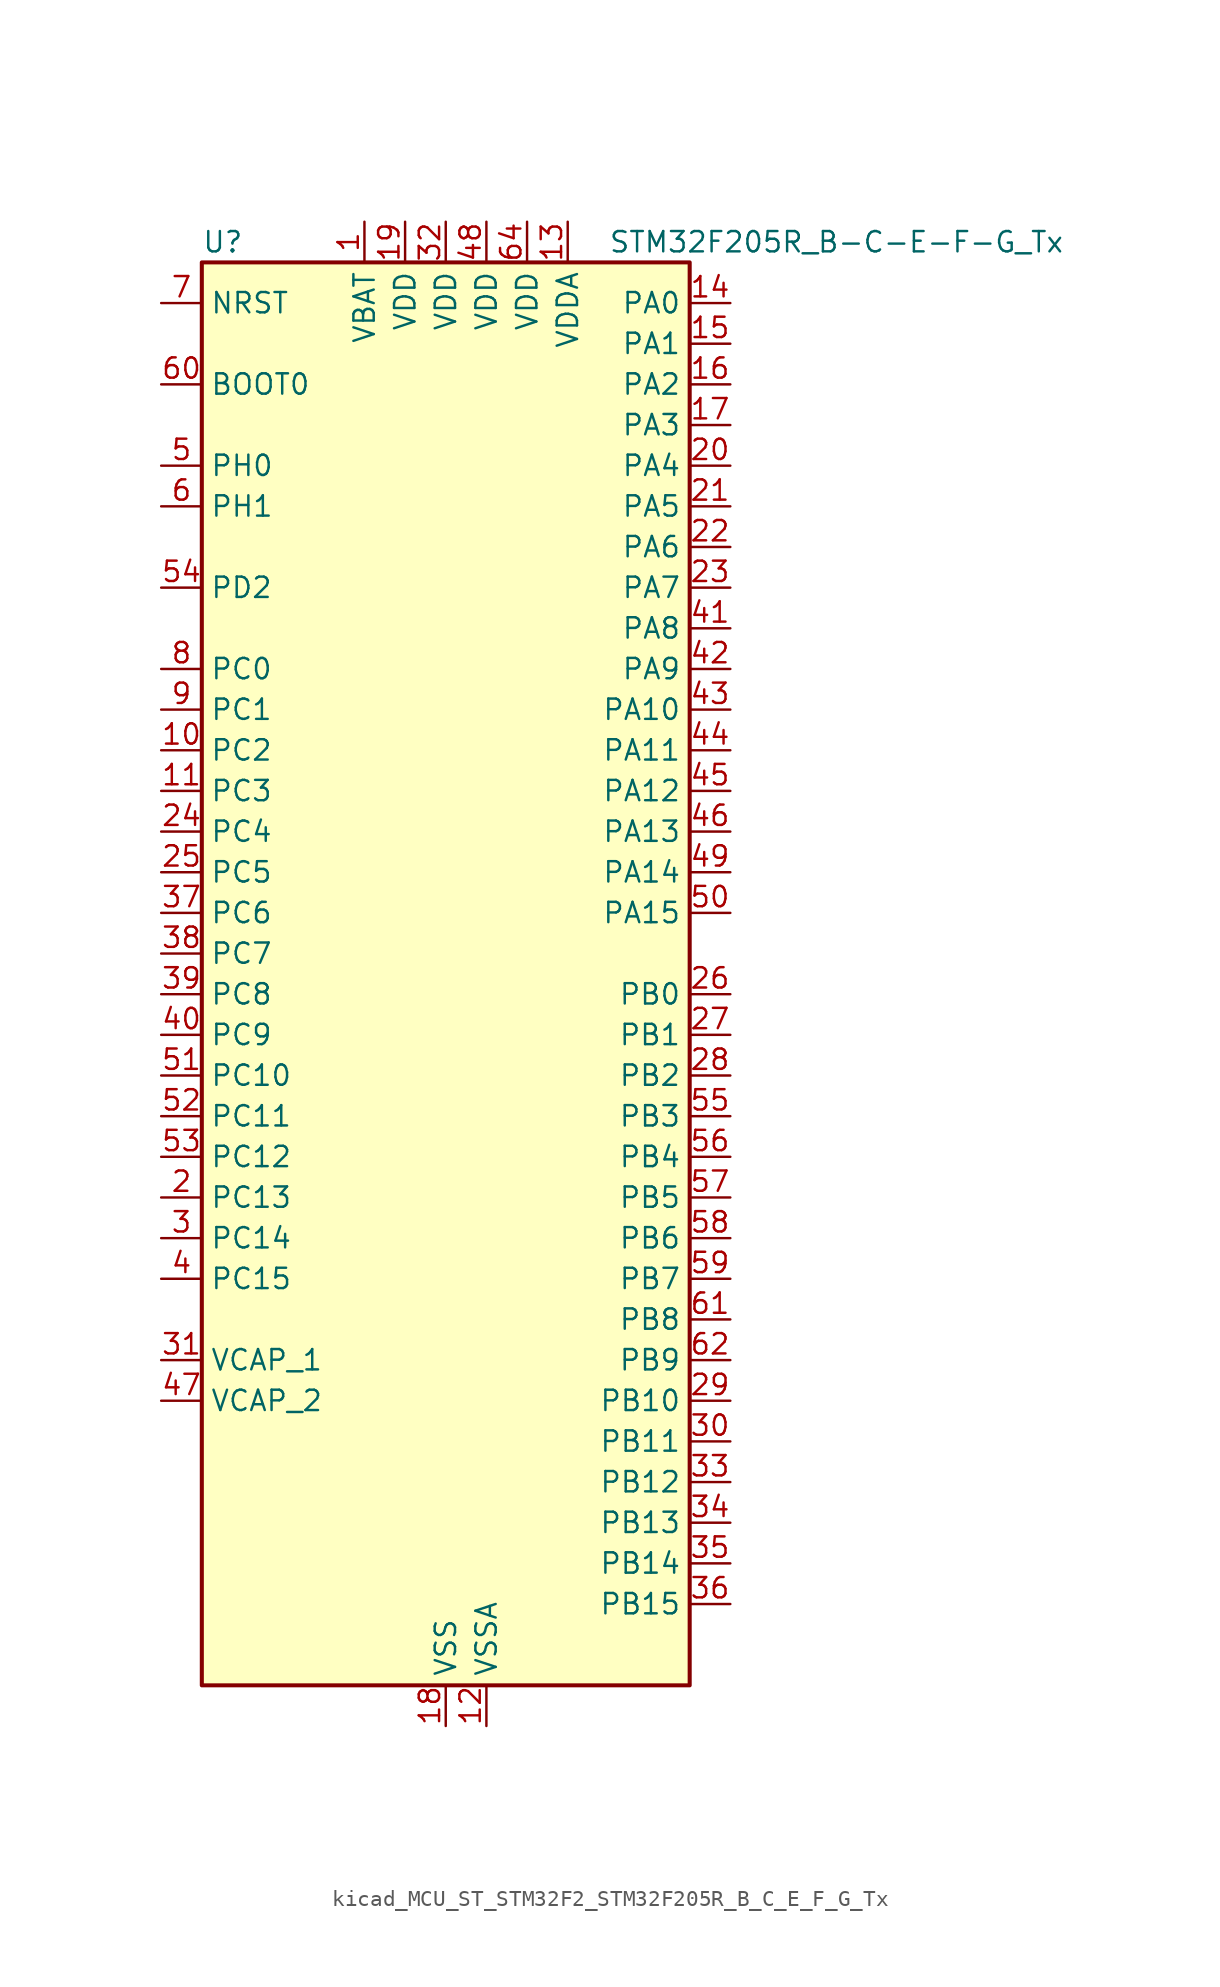
<source format=kicad_sym>
(kicad_symbol_lib
  (version 20220914)
  (generator kicad_symbol_editor)
  (symbol "kicad_MCU_ST_STM32F2_STM32F205R_B_C_E_F_G_Tx"
    (property "Reference" "U"
      (at -15.24 46.99 0)
      (effects (font (size 1.27 1.27)) (justify left)))
    (property "Value" "STM32F205R_B-C-E-F-G_Tx"
      (at 10.16 46.99 0)
      (effects (font (size 1.27 1.27)) (justify left)))
    (property "ki_locked" ""
      (at 0 0 0)
      (effects (font (size 1.27 1.27))))
    (symbol "kicad_MCU_ST_STM32F2_STM32F205R_B_C_E_F_G_Tx_0_1"
      (rectangle (start -15.24 -43.18) (end 15.24 45.72) (stroke (width 0.254) (type default)) (fill (type background))))
    (symbol "kicad_MCU_ST_STM32F2_STM32F205R_B_C_E_F_G_Tx_1_1"
      (pin power_in line (at -5.08 48.26 270) (length 2.54) (name "VBAT" (effects (font (size 1.27 1.27)))) (number "1" (effects (font (size 1.27 1.27)))))
      (pin bidirectional line (at -17.78 15.24 0) (length 2.54) (name "PC2" (effects (font (size 1.27 1.27)))) (number "10" (effects (font (size 1.27 1.27)))) (alternate "ADC1_IN12" bidirectional line) (alternate "ADC2_IN12" bidirectional line) (alternate "ADC3_IN12" bidirectional line) (alternate "SPI2_MISO" bidirectional line) (alternate "USB_OTG_HS_ULPI_DIR" bidirectional line))
      (pin bidirectional line (at -17.78 12.7 0) (length 2.54) (name "PC3" (effects (font (size 1.27 1.27)))) (number "11" (effects (font (size 1.27 1.27)))) (alternate "ADC1_IN13" bidirectional line) (alternate "ADC2_IN13" bidirectional line) (alternate "ADC3_IN13" bidirectional line) (alternate "I2S2_SD" bidirectional line) (alternate "SPI2_MOSI" bidirectional line) (alternate "USB_OTG_HS_ULPI_NXT" bidirectional line))
      (pin power_in line (at 2.54 -45.72 90) (length 2.54) (name "VSSA" (effects (font (size 1.27 1.27)))) (number "12" (effects (font (size 1.27 1.27)))))
      (pin power_in line (at 7.62 48.26 270) (length 2.54) (name "VDDA" (effects (font (size 1.27 1.27)))) (number "13" (effects (font (size 1.27 1.27)))))
      (pin bidirectional line (at 17.78 43.18 180) (length 2.54) (name "PA0" (effects (font (size 1.27 1.27)))) (number "14" (effects (font (size 1.27 1.27)))) (alternate "ADC1_IN0" bidirectional line) (alternate "ADC2_IN0" bidirectional line) (alternate "ADC3_IN0" bidirectional line) (alternate "SYS_WKUP" bidirectional line) (alternate "TIM2_CH1" bidirectional line) (alternate "TIM2_ETR" bidirectional line) (alternate "TIM5_CH1" bidirectional line) (alternate "TIM8_ETR" bidirectional line) (alternate "UART4_TX" bidirectional line) (alternate "USART2_CTS" bidirectional line))
      (pin bidirectional line (at 17.78 40.64 180) (length 2.54) (name "PA1" (effects (font (size 1.27 1.27)))) (number "15" (effects (font (size 1.27 1.27)))) (alternate "ADC1_IN1" bidirectional line) (alternate "ADC2_IN1" bidirectional line) (alternate "ADC3_IN1" bidirectional line) (alternate "TIM2_CH2" bidirectional line) (alternate "TIM5_CH2" bidirectional line) (alternate "UART4_RX" bidirectional line) (alternate "USART2_RTS" bidirectional line))
      (pin bidirectional line (at 17.78 38.1 180) (length 2.54) (name "PA2" (effects (font (size 1.27 1.27)))) (number "16" (effects (font (size 1.27 1.27)))) (alternate "ADC1_IN2" bidirectional line) (alternate "ADC2_IN2" bidirectional line) (alternate "ADC3_IN2" bidirectional line) (alternate "TIM2_CH3" bidirectional line) (alternate "TIM5_CH3" bidirectional line) (alternate "TIM9_CH1" bidirectional line) (alternate "USART2_TX" bidirectional line))
      (pin bidirectional line (at 17.78 35.56 180) (length 2.54) (name "PA3" (effects (font (size 1.27 1.27)))) (number "17" (effects (font (size 1.27 1.27)))) (alternate "ADC1_IN3" bidirectional line) (alternate "ADC2_IN3" bidirectional line) (alternate "ADC3_IN3" bidirectional line) (alternate "TIM2_CH4" bidirectional line) (alternate "TIM5_CH4" bidirectional line) (alternate "TIM9_CH2" bidirectional line) (alternate "USART2_RX" bidirectional line) (alternate "USB_OTG_HS_ULPI_D0" bidirectional line))
      (pin power_in line (at 0 -45.72 90) (length 2.54) (name "VSS" (effects (font (size 1.27 1.27)))) (number "18" (effects (font (size 1.27 1.27)))))
      (pin power_in line (at -2.54 48.26 270) (length 2.54) (name "VDD" (effects (font (size 1.27 1.27)))) (number "19" (effects (font (size 1.27 1.27)))))
      (pin bidirectional line (at -17.78 -12.7 0) (length 2.54) (name "PC13" (effects (font (size 1.27 1.27)))) (number "2" (effects (font (size 1.27 1.27)))) (alternate "RTC_AF1" bidirectional line))
      (pin bidirectional line (at 17.78 33.02 180) (length 2.54) (name "PA4" (effects (font (size 1.27 1.27)))) (number "20" (effects (font (size 1.27 1.27)))) (alternate "ADC1_IN4" bidirectional line) (alternate "ADC2_IN4" bidirectional line) (alternate "DAC_OUT1" bidirectional line) (alternate "I2S3_WS" bidirectional line) (alternate "SPI1_NSS" bidirectional line) (alternate "SPI3_NSS" bidirectional line) (alternate "USART2_CK" bidirectional line) (alternate "USB_OTG_HS_SOF" bidirectional line))
      (pin bidirectional line (at 17.78 30.48 180) (length 2.54) (name "PA5" (effects (font (size 1.27 1.27)))) (number "21" (effects (font (size 1.27 1.27)))) (alternate "ADC1_IN5" bidirectional line) (alternate "ADC2_IN5" bidirectional line) (alternate "DAC_OUT2" bidirectional line) (alternate "SPI1_SCK" bidirectional line) (alternate "TIM2_CH1" bidirectional line) (alternate "TIM2_ETR" bidirectional line) (alternate "TIM8_CH1N" bidirectional line) (alternate "USB_OTG_HS_ULPI_CK" bidirectional line))
      (pin bidirectional line (at 17.78 27.94 180) (length 2.54) (name "PA6" (effects (font (size 1.27 1.27)))) (number "22" (effects (font (size 1.27 1.27)))) (alternate "ADC1_IN6" bidirectional line) (alternate "ADC2_IN6" bidirectional line) (alternate "SPI1_MISO" bidirectional line) (alternate "TIM13_CH1" bidirectional line) (alternate "TIM1_BKIN" bidirectional line) (alternate "TIM3_CH1" bidirectional line) (alternate "TIM8_BKIN" bidirectional line))
      (pin bidirectional line (at 17.78 25.4 180) (length 2.54) (name "PA7" (effects (font (size 1.27 1.27)))) (number "23" (effects (font (size 1.27 1.27)))) (alternate "ADC1_IN7" bidirectional line) (alternate "ADC2_IN7" bidirectional line) (alternate "SPI1_MOSI" bidirectional line) (alternate "TIM14_CH1" bidirectional line) (alternate "TIM1_CH1N" bidirectional line) (alternate "TIM3_CH2" bidirectional line) (alternate "TIM8_CH1N" bidirectional line))
      (pin bidirectional line (at -17.78 10.16 0) (length 2.54) (name "PC4" (effects (font (size 1.27 1.27)))) (number "24" (effects (font (size 1.27 1.27)))) (alternate "ADC1_IN14" bidirectional line) (alternate "ADC2_IN14" bidirectional line))
      (pin bidirectional line (at -17.78 7.62 0) (length 2.54) (name "PC5" (effects (font (size 1.27 1.27)))) (number "25" (effects (font (size 1.27 1.27)))) (alternate "ADC1_IN15" bidirectional line) (alternate "ADC2_IN15" bidirectional line))
      (pin bidirectional line (at 17.78 0 180) (length 2.54) (name "PB0" (effects (font (size 1.27 1.27)))) (number "26" (effects (font (size 1.27 1.27)))) (alternate "ADC1_IN8" bidirectional line) (alternate "ADC2_IN8" bidirectional line) (alternate "TIM1_CH2N" bidirectional line) (alternate "TIM3_CH3" bidirectional line) (alternate "TIM8_CH2N" bidirectional line) (alternate "USB_OTG_HS_ULPI_D1" bidirectional line))
      (pin bidirectional line (at 17.78 -2.54 180) (length 2.54) (name "PB1" (effects (font (size 1.27 1.27)))) (number "27" (effects (font (size 1.27 1.27)))) (alternate "ADC1_IN9" bidirectional line) (alternate "ADC2_IN9" bidirectional line) (alternate "TIM1_CH3N" bidirectional line) (alternate "TIM3_CH4" bidirectional line) (alternate "TIM8_CH3N" bidirectional line) (alternate "USB_OTG_HS_ULPI_D2" bidirectional line))
      (pin bidirectional line (at 17.78 -5.08 180) (length 2.54) (name "PB2" (effects (font (size 1.27 1.27)))) (number "28" (effects (font (size 1.27 1.27)))))
      (pin bidirectional line (at 17.78 -25.4 180) (length 2.54) (name "PB10" (effects (font (size 1.27 1.27)))) (number "29" (effects (font (size 1.27 1.27)))) (alternate "I2C2_SCL" bidirectional line) (alternate "I2S2_SCK" bidirectional line) (alternate "SPI2_SCK" bidirectional line) (alternate "TIM2_CH3" bidirectional line) (alternate "USART3_TX" bidirectional line) (alternate "USB_OTG_HS_ULPI_D3" bidirectional line))
      (pin bidirectional line (at -17.78 -15.24 0) (length 2.54) (name "PC14" (effects (font (size 1.27 1.27)))) (number "3" (effects (font (size 1.27 1.27)))) (alternate "RCC_OSC32_IN" bidirectional line))
      (pin bidirectional line (at 17.78 -27.94 180) (length 2.54) (name "PB11" (effects (font (size 1.27 1.27)))) (number "30" (effects (font (size 1.27 1.27)))) (alternate "ADC1_EXTI11" bidirectional line) (alternate "ADC2_EXTI11" bidirectional line) (alternate "ADC3_EXTI11" bidirectional line) (alternate "I2C2_SDA" bidirectional line) (alternate "TIM2_CH4" bidirectional line) (alternate "USART3_RX" bidirectional line) (alternate "USB_OTG_HS_ULPI_D4" bidirectional line))
      (pin power_out line (at -17.78 -22.86 0) (length 2.54) (name "VCAP_1" (effects (font (size 1.27 1.27)))) (number "31" (effects (font (size 1.27 1.27)))))
      (pin power_in line (at 0 48.26 270) (length 2.54) (name "VDD" (effects (font (size 1.27 1.27)))) (number "32" (effects (font (size 1.27 1.27)))))
      (pin bidirectional line (at 17.78 -30.48 180) (length 2.54) (name "PB12" (effects (font (size 1.27 1.27)))) (number "33" (effects (font (size 1.27 1.27)))) (alternate "CAN2_RX" bidirectional line) (alternate "I2C2_SMBA" bidirectional line) (alternate "I2S2_WS" bidirectional line) (alternate "SPI2_NSS" bidirectional line) (alternate "TIM1_BKIN" bidirectional line) (alternate "USART3_CK" bidirectional line) (alternate "USB_OTG_HS_ID" bidirectional line) (alternate "USB_OTG_HS_ULPI_D5" bidirectional line))
      (pin bidirectional line (at 17.78 -33.02 180) (length 2.54) (name "PB13" (effects (font (size 1.27 1.27)))) (number "34" (effects (font (size 1.27 1.27)))) (alternate "CAN2_TX" bidirectional line) (alternate "I2S2_SCK" bidirectional line) (alternate "SPI2_SCK" bidirectional line) (alternate "TIM1_CH1N" bidirectional line) (alternate "USART3_CTS" bidirectional line) (alternate "USB_OTG_HS_ULPI_D6" bidirectional line) (alternate "USB_OTG_HS_VBUS" bidirectional line))
      (pin bidirectional line (at 17.78 -35.56 180) (length 2.54) (name "PB14" (effects (font (size 1.27 1.27)))) (number "35" (effects (font (size 1.27 1.27)))) (alternate "SPI2_MISO" bidirectional line) (alternate "TIM12_CH1" bidirectional line) (alternate "TIM1_CH2N" bidirectional line) (alternate "TIM8_CH2N" bidirectional line) (alternate "USART3_RTS" bidirectional line) (alternate "USB_OTG_HS_DM" bidirectional line))
      (pin bidirectional line (at 17.78 -38.1 180) (length 2.54) (name "PB15" (effects (font (size 1.27 1.27)))) (number "36" (effects (font (size 1.27 1.27)))) (alternate "ADC1_EXTI15" bidirectional line) (alternate "ADC2_EXTI15" bidirectional line) (alternate "ADC3_EXTI15" bidirectional line) (alternate "I2S2_SD" bidirectional line) (alternate "RTC_REFIN" bidirectional line) (alternate "SPI2_MOSI" bidirectional line) (alternate "TIM12_CH2" bidirectional line) (alternate "TIM1_CH3N" bidirectional line) (alternate "TIM8_CH3N" bidirectional line) (alternate "USB_OTG_HS_DP" bidirectional line))
      (pin bidirectional line (at -17.78 5.08 0) (length 2.54) (name "PC6" (effects (font (size 1.27 1.27)))) (number "37" (effects (font (size 1.27 1.27)))) (alternate "I2S2_MCK" bidirectional line) (alternate "SDIO_D6" bidirectional line) (alternate "TIM3_CH1" bidirectional line) (alternate "TIM8_CH1" bidirectional line) (alternate "USART6_TX" bidirectional line))
      (pin bidirectional line (at -17.78 2.54 0) (length 2.54) (name "PC7" (effects (font (size 1.27 1.27)))) (number "38" (effects (font (size 1.27 1.27)))) (alternate "I2S3_MCK" bidirectional line) (alternate "SDIO_D7" bidirectional line) (alternate "TIM3_CH2" bidirectional line) (alternate "TIM8_CH2" bidirectional line) (alternate "USART6_RX" bidirectional line))
      (pin bidirectional line (at -17.78 0 0) (length 2.54) (name "PC8" (effects (font (size 1.27 1.27)))) (number "39" (effects (font (size 1.27 1.27)))) (alternate "SDIO_D0" bidirectional line) (alternate "TIM3_CH3" bidirectional line) (alternate "TIM8_CH3" bidirectional line) (alternate "USART6_CK" bidirectional line))
      (pin bidirectional line (at -17.78 -17.78 0) (length 2.54) (name "PC15" (effects (font (size 1.27 1.27)))) (number "4" (effects (font (size 1.27 1.27)))) (alternate "ADC1_EXTI15" bidirectional line) (alternate "ADC2_EXTI15" bidirectional line) (alternate "ADC3_EXTI15" bidirectional line) (alternate "RCC_OSC32_OUT" bidirectional line))
      (pin bidirectional line (at -17.78 -2.54 0) (length 2.54) (name "PC9" (effects (font (size 1.27 1.27)))) (number "40" (effects (font (size 1.27 1.27)))) (alternate "DAC_EXTI9" bidirectional line) (alternate "I2C3_SDA" bidirectional line) (alternate "I2S_CKIN" bidirectional line) (alternate "RCC_MCO_2" bidirectional line) (alternate "SDIO_D1" bidirectional line) (alternate "TIM3_CH4" bidirectional line) (alternate "TIM8_CH4" bidirectional line))
      (pin bidirectional line (at 17.78 22.86 180) (length 2.54) (name "PA8" (effects (font (size 1.27 1.27)))) (number "41" (effects (font (size 1.27 1.27)))) (alternate "I2C3_SCL" bidirectional line) (alternate "RCC_MCO_1" bidirectional line) (alternate "TIM1_CH1" bidirectional line) (alternate "USART1_CK" bidirectional line) (alternate "USB_OTG_FS_SOF" bidirectional line))
      (pin bidirectional line (at 17.78 20.32 180) (length 2.54) (name "PA9" (effects (font (size 1.27 1.27)))) (number "42" (effects (font (size 1.27 1.27)))) (alternate "DAC_EXTI9" bidirectional line) (alternate "I2C3_SMBA" bidirectional line) (alternate "TIM1_CH2" bidirectional line) (alternate "USART1_TX" bidirectional line) (alternate "USB_OTG_FS_VBUS" bidirectional line))
      (pin bidirectional line (at 17.78 17.78 180) (length 2.54) (name "PA10" (effects (font (size 1.27 1.27)))) (number "43" (effects (font (size 1.27 1.27)))) (alternate "TIM1_CH3" bidirectional line) (alternate "USART1_RX" bidirectional line) (alternate "USB_OTG_FS_ID" bidirectional line))
      (pin bidirectional line (at 17.78 15.24 180) (length 2.54) (name "PA11" (effects (font (size 1.27 1.27)))) (number "44" (effects (font (size 1.27 1.27)))) (alternate "ADC1_EXTI11" bidirectional line) (alternate "ADC2_EXTI11" bidirectional line) (alternate "ADC3_EXTI11" bidirectional line) (alternate "CAN1_RX" bidirectional line) (alternate "TIM1_CH4" bidirectional line) (alternate "USART1_CTS" bidirectional line) (alternate "USB_OTG_FS_DM" bidirectional line))
      (pin bidirectional line (at 17.78 12.7 180) (length 2.54) (name "PA12" (effects (font (size 1.27 1.27)))) (number "45" (effects (font (size 1.27 1.27)))) (alternate "CAN1_TX" bidirectional line) (alternate "TIM1_ETR" bidirectional line) (alternate "USART1_RTS" bidirectional line) (alternate "USB_OTG_FS_DP" bidirectional line))
      (pin bidirectional line (at 17.78 10.16 180) (length 2.54) (name "PA13" (effects (font (size 1.27 1.27)))) (number "46" (effects (font (size 1.27 1.27)))) (alternate "SYS_JTMS-SWDIO" bidirectional line))
      (pin power_out line (at -17.78 -25.4 0) (length 2.54) (name "VCAP_2" (effects (font (size 1.27 1.27)))) (number "47" (effects (font (size 1.27 1.27)))))
      (pin power_in line (at 2.54 48.26 270) (length 2.54) (name "VDD" (effects (font (size 1.27 1.27)))) (number "48" (effects (font (size 1.27 1.27)))))
      (pin bidirectional line (at 17.78 7.62 180) (length 2.54) (name "PA14" (effects (font (size 1.27 1.27)))) (number "49" (effects (font (size 1.27 1.27)))) (alternate "SYS_JTCK-SWCLK" bidirectional line))
      (pin bidirectional line (at -17.78 33.02 0) (length 2.54) (name "PH0" (effects (font (size 1.27 1.27)))) (number "5" (effects (font (size 1.27 1.27)))) (alternate "RCC_OSC_IN" bidirectional line))
      (pin bidirectional line (at 17.78 5.08 180) (length 2.54) (name "PA15" (effects (font (size 1.27 1.27)))) (number "50" (effects (font (size 1.27 1.27)))) (alternate "ADC1_EXTI15" bidirectional line) (alternate "ADC2_EXTI15" bidirectional line) (alternate "ADC3_EXTI15" bidirectional line) (alternate "I2S3_WS" bidirectional line) (alternate "SPI1_NSS" bidirectional line) (alternate "SPI3_NSS" bidirectional line) (alternate "SYS_JTDI" bidirectional line) (alternate "TIM2_CH1" bidirectional line) (alternate "TIM2_ETR" bidirectional line))
      (pin bidirectional line (at -17.78 -5.08 0) (length 2.54) (name "PC10" (effects (font (size 1.27 1.27)))) (number "51" (effects (font (size 1.27 1.27)))) (alternate "I2S3_SCK" bidirectional line) (alternate "SDIO_D2" bidirectional line) (alternate "SPI3_SCK" bidirectional line) (alternate "UART4_TX" bidirectional line) (alternate "USART3_TX" bidirectional line))
      (pin bidirectional line (at -17.78 -7.62 0) (length 2.54) (name "PC11" (effects (font (size 1.27 1.27)))) (number "52" (effects (font (size 1.27 1.27)))) (alternate "ADC1_EXTI11" bidirectional line) (alternate "ADC2_EXTI11" bidirectional line) (alternate "ADC3_EXTI11" bidirectional line) (alternate "SDIO_D3" bidirectional line) (alternate "SPI3_MISO" bidirectional line) (alternate "UART4_RX" bidirectional line) (alternate "USART3_RX" bidirectional line))
      (pin bidirectional line (at -17.78 -10.16 0) (length 2.54) (name "PC12" (effects (font (size 1.27 1.27)))) (number "53" (effects (font (size 1.27 1.27)))) (alternate "I2S3_SD" bidirectional line) (alternate "SDIO_CK" bidirectional line) (alternate "SPI3_MOSI" bidirectional line) (alternate "UART5_TX" bidirectional line) (alternate "USART3_CK" bidirectional line))
      (pin bidirectional line (at -17.78 25.4 0) (length 2.54) (name "PD2" (effects (font (size 1.27 1.27)))) (number "54" (effects (font (size 1.27 1.27)))) (alternate "SDIO_CMD" bidirectional line) (alternate "TIM3_ETR" bidirectional line) (alternate "UART5_RX" bidirectional line))
      (pin bidirectional line (at 17.78 -7.62 180) (length 2.54) (name "PB3" (effects (font (size 1.27 1.27)))) (number "55" (effects (font (size 1.27 1.27)))) (alternate "I2S3_SCK" bidirectional line) (alternate "SPI1_SCK" bidirectional line) (alternate "SPI3_SCK" bidirectional line) (alternate "SYS_JTDO-SWO" bidirectional line) (alternate "TIM2_CH2" bidirectional line))
      (pin bidirectional line (at 17.78 -10.16 180) (length 2.54) (name "PB4" (effects (font (size 1.27 1.27)))) (number "56" (effects (font (size 1.27 1.27)))) (alternate "SPI1_MISO" bidirectional line) (alternate "SPI3_MISO" bidirectional line) (alternate "SYS_JTRST" bidirectional line) (alternate "TIM3_CH1" bidirectional line))
      (pin bidirectional line (at 17.78 -12.7 180) (length 2.54) (name "PB5" (effects (font (size 1.27 1.27)))) (number "57" (effects (font (size 1.27 1.27)))) (alternate "CAN2_RX" bidirectional line) (alternate "I2C1_SMBA" bidirectional line) (alternate "I2S3_SD" bidirectional line) (alternate "SPI1_MOSI" bidirectional line) (alternate "SPI3_MOSI" bidirectional line) (alternate "TIM3_CH2" bidirectional line) (alternate "USB_OTG_HS_ULPI_D7" bidirectional line))
      (pin bidirectional line (at 17.78 -15.24 180) (length 2.54) (name "PB6" (effects (font (size 1.27 1.27)))) (number "58" (effects (font (size 1.27 1.27)))) (alternate "CAN2_TX" bidirectional line) (alternate "I2C1_SCL" bidirectional line) (alternate "TIM4_CH1" bidirectional line) (alternate "USART1_TX" bidirectional line))
      (pin bidirectional line (at 17.78 -17.78 180) (length 2.54) (name "PB7" (effects (font (size 1.27 1.27)))) (number "59" (effects (font (size 1.27 1.27)))) (alternate "I2C1_SDA" bidirectional line) (alternate "TIM4_CH2" bidirectional line) (alternate "USART1_RX" bidirectional line))
      (pin bidirectional line (at -17.78 30.48 0) (length 2.54) (name "PH1" (effects (font (size 1.27 1.27)))) (number "6" (effects (font (size 1.27 1.27)))) (alternate "RCC_OSC_OUT" bidirectional line))
      (pin input line (at -17.78 38.1 0) (length 2.54) (name "BOOT0" (effects (font (size 1.27 1.27)))) (number "60" (effects (font (size 1.27 1.27)))))
      (pin bidirectional line (at 17.78 -20.32 180) (length 2.54) (name "PB8" (effects (font (size 1.27 1.27)))) (number "61" (effects (font (size 1.27 1.27)))) (alternate "CAN1_RX" bidirectional line) (alternate "I2C1_SCL" bidirectional line) (alternate "SDIO_D4" bidirectional line) (alternate "TIM10_CH1" bidirectional line) (alternate "TIM4_CH3" bidirectional line))
      (pin bidirectional line (at 17.78 -22.86 180) (length 2.54) (name "PB9" (effects (font (size 1.27 1.27)))) (number "62" (effects (font (size 1.27 1.27)))) (alternate "CAN1_TX" bidirectional line) (alternate "DAC_EXTI9" bidirectional line) (alternate "I2C1_SDA" bidirectional line) (alternate "I2S2_WS" bidirectional line) (alternate "SDIO_D5" bidirectional line) (alternate "SPI2_NSS" bidirectional line) (alternate "TIM11_CH1" bidirectional line) (alternate "TIM4_CH4" bidirectional line))
      (pin passive line (at 0 -45.72 90) (length 2.54) hide (name "VSS" (effects (font (size 1.27 1.27)))) (number "63" (effects (font (size 1.27 1.27)))))
      (pin power_in line (at 5.08 48.26 270) (length 2.54) (name "VDD" (effects (font (size 1.27 1.27)))) (number "64" (effects (font (size 1.27 1.27)))))
      (pin input line (at -17.78 43.18 0) (length 2.54) (name "NRST" (effects (font (size 1.27 1.27)))) (number "7" (effects (font (size 1.27 1.27)))))
      (pin bidirectional line (at -17.78 20.32 0) (length 2.54) (name "PC0" (effects (font (size 1.27 1.27)))) (number "8" (effects (font (size 1.27 1.27)))) (alternate "ADC1_IN10" bidirectional line) (alternate "ADC2_IN10" bidirectional line) (alternate "ADC3_IN10" bidirectional line) (alternate "USB_OTG_HS_ULPI_STP" bidirectional line))
      (pin bidirectional line (at -17.78 17.78 0) (length 2.54) (name "PC1" (effects (font (size 1.27 1.27)))) (number "9" (effects (font (size 1.27 1.27)))) (alternate "ADC1_IN11" bidirectional line) (alternate "ADC2_IN11" bidirectional line) (alternate "ADC3_IN11" bidirectional line)))))
</source>
